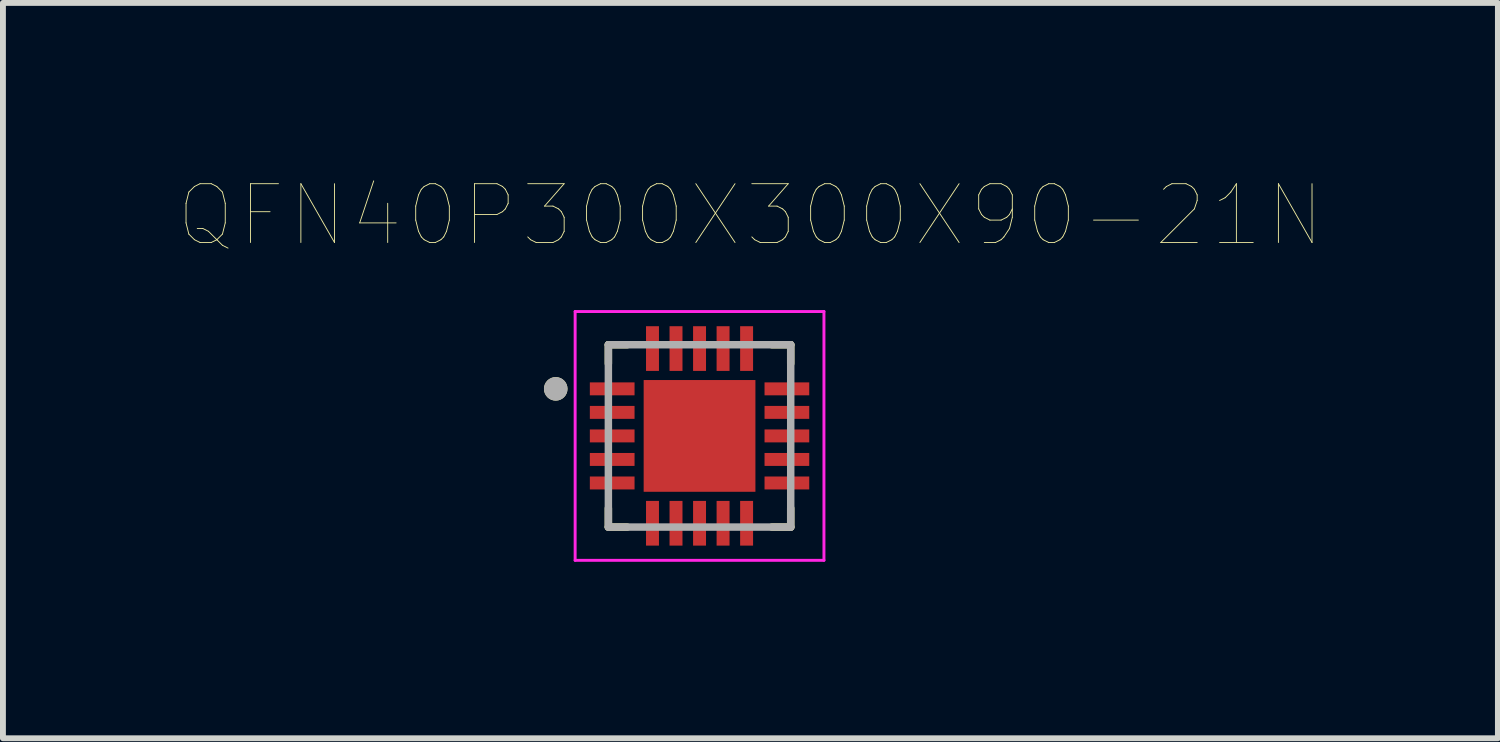
<source format=kicad_pcb>
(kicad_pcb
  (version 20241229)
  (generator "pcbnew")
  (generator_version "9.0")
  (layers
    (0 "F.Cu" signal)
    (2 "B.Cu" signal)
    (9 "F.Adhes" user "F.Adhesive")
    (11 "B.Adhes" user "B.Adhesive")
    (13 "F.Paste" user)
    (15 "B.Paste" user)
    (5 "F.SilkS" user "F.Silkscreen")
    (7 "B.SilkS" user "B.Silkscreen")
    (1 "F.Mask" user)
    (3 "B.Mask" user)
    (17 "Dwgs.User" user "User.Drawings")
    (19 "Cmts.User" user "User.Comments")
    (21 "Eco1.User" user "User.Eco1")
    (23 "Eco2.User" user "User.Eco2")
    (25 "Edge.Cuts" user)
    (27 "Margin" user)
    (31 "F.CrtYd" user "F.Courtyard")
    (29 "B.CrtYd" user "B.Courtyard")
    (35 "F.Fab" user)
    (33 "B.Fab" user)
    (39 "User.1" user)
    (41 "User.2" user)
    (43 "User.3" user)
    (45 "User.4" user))
  (footprint "QFN40P300X300X90-21N"
    (layer "F.Cu")
    (at 8.843 4.361)
    (property "Reference" "QFN40P300X300X90-21N" (at 0.865 -3.75 0) (layer "F.SilkS") (effects (font (size 1 1) (thickness 0.015))))
    (attr through_hole)
    (fp_line (start -1.55 -1.55) (end -1.55 -1.23) (stroke (width 0.127) (type solid)) (layer "F.SilkS"))
    (fp_line (start -1.55 -1.55) (end -1.23 -1.55) (stroke (width 0.127) (type solid)) (layer "F.SilkS"))
    (fp_line (start -1.55 1.55) (end -1.55 1.23) (stroke (width 0.127) (type solid)) (layer "F.SilkS"))
    (fp_line (start -1.55 1.55) (end -1.23 1.55) (stroke (width 0.127) (type solid)) (layer "F.SilkS"))
    (fp_line (start 1.55 -1.55) (end 1.23 -1.55) (stroke (width 0.127) (type solid)) (layer "F.SilkS"))
    (fp_line (start 1.55 -1.55) (end 1.55 -1.23) (stroke (width 0.127) (type solid)) (layer "F.SilkS"))
    (fp_line (start 1.55 1.55) (end 1.23 1.55) (stroke (width 0.127) (type solid)) (layer "F.SilkS"))
    (fp_line (start 1.55 1.55) (end 1.55 1.23) (stroke (width 0.127) (type solid)) (layer "F.SilkS"))
    (fp_circle (center -2.445 -0.8) (end -2.345 -0.8) (stroke (width 0.2) (type solid)) (fill no) (layer "F.SilkS"))
    (fp_poly (pts (xy -0.6 -0.6) (xy 0.6 -0.6) (xy 0.6 0.6) (xy -0.6 0.6)) (stroke (width 0.01) (type solid)) (fill yes) (layer "F.Paste"))
    (fp_line (start -2.115 -2.115) (end 2.115 -2.115) (stroke (width 0.05) (type solid)) (layer "F.CrtYd"))
    (fp_line (start -2.115 2.115) (end -2.115 -2.115) (stroke (width 0.05) (type solid)) (layer "F.CrtYd"))
    (fp_line (start -2.115 2.115) (end 2.115 2.115) (stroke (width 0.05) (type solid)) (layer "F.CrtYd"))
    (fp_line (start 2.115 2.115) (end 2.115 -2.115) (stroke (width 0.05) (type solid)) (layer "F.CrtYd"))
    (fp_line (start -1.55 1.55) (end -1.55 -1.55) (stroke (width 0.127) (type solid)) (layer "F.Fab"))
    (fp_line (start 1.55 -1.55) (end -1.55 -1.55) (stroke (width 0.127) (type solid)) (layer "F.Fab"))
    (fp_line (start 1.55 1.55) (end -1.55 1.55) (stroke (width 0.127) (type solid)) (layer "F.Fab"))
    (fp_line (start 1.55 1.55) (end 1.55 -1.55) (stroke (width 0.127) (type solid)) (layer "F.Fab"))
    (fp_circle (center -2.445 -0.8) (end -2.345 -0.8) (stroke (width 0.2) (type solid)) (fill no) (layer "F.Fab"))
    (pad "1" smd rect (at -1.485 -0.8) (size 0.76 0.22) (layers "F.Cu" "F.Mask" "F.Paste"))
    (pad "2" smd rect (at -1.485 -0.4) (size 0.76 0.22) (layers "F.Cu" "F.Mask" "F.Paste"))
    (pad "3" smd rect (at -1.485 0) (size 0.76 0.22) (layers "F.Cu" "F.Mask" "F.Paste"))
    (pad "4" smd rect (at -1.485 0.4) (size 0.76 0.22) (layers "F.Cu" "F.Mask" "F.Paste"))
    (pad "5" smd rect (at -1.485 0.8) (size 0.76 0.22) (layers "F.Cu" "F.Mask" "F.Paste"))
    (pad "6" smd rect (at -0.8 1.485) (size 0.22 0.76) (layers "F.Cu" "F.Mask" "F.Paste"))
    (pad "7" smd rect (at -0.4 1.485) (size 0.22 0.76) (layers "F.Cu" "F.Mask" "F.Paste"))
    (pad "8" smd rect (at 0 1.485) (size 0.22 0.76) (layers "F.Cu" "F.Mask" "F.Paste"))
    (pad "9" smd rect (at 0.4 1.485) (size 0.22 0.76) (layers "F.Cu" "F.Mask" "F.Paste"))
    (pad "10" smd rect (at 0.8 1.485) (size 0.22 0.76) (layers "F.Cu" "F.Mask" "F.Paste"))
    (pad "11" smd rect (at 1.485 0.8) (size 0.76 0.22) (layers "F.Cu" "F.Mask" "F.Paste"))
    (pad "12" smd rect (at 1.485 0.4) (size 0.76 0.22) (layers "F.Cu" "F.Mask" "F.Paste"))
    (pad "13" smd rect (at 1.485 0) (size 0.76 0.22) (layers "F.Cu" "F.Mask" "F.Paste"))
    (pad "14" smd rect (at 1.485 -0.4) (size 0.76 0.22) (layers "F.Cu" "F.Mask" "F.Paste"))
    (pad "15" smd rect (at 1.485 -0.8) (size 0.76 0.22) (layers "F.Cu" "F.Mask" "F.Paste"))
    (pad "16" smd rect (at 0.8 -1.485) (size 0.22 0.76) (layers "F.Cu" "F.Mask" "F.Paste"))
    (pad "17" smd rect (at 0.4 -1.485) (size 0.22 0.76) (layers "F.Cu" "F.Mask" "F.Paste"))
    (pad "18" smd rect (at 0 -1.485) (size 0.22 0.76) (layers "F.Cu" "F.Mask" "F.Paste"))
    (pad "19" smd rect (at -0.4 -1.485) (size 0.22 0.76) (layers "F.Cu" "F.Mask" "F.Paste"))
    (pad "20" smd rect (at -0.8 -1.485) (size 0.22 0.76) (layers "F.Cu" "F.Mask" "F.Paste"))
    (pad "21" smd rect (at 0 0) (size 1.9 1.9) (layers "F.Cu" "F.Mask")))
  (gr_rect
    (start -3 -3)
    (end 22.416 9.501)
    (stroke (width 0.1) (type default))
    (fill no)
    (layer "Edge.Cuts")))
</source>
